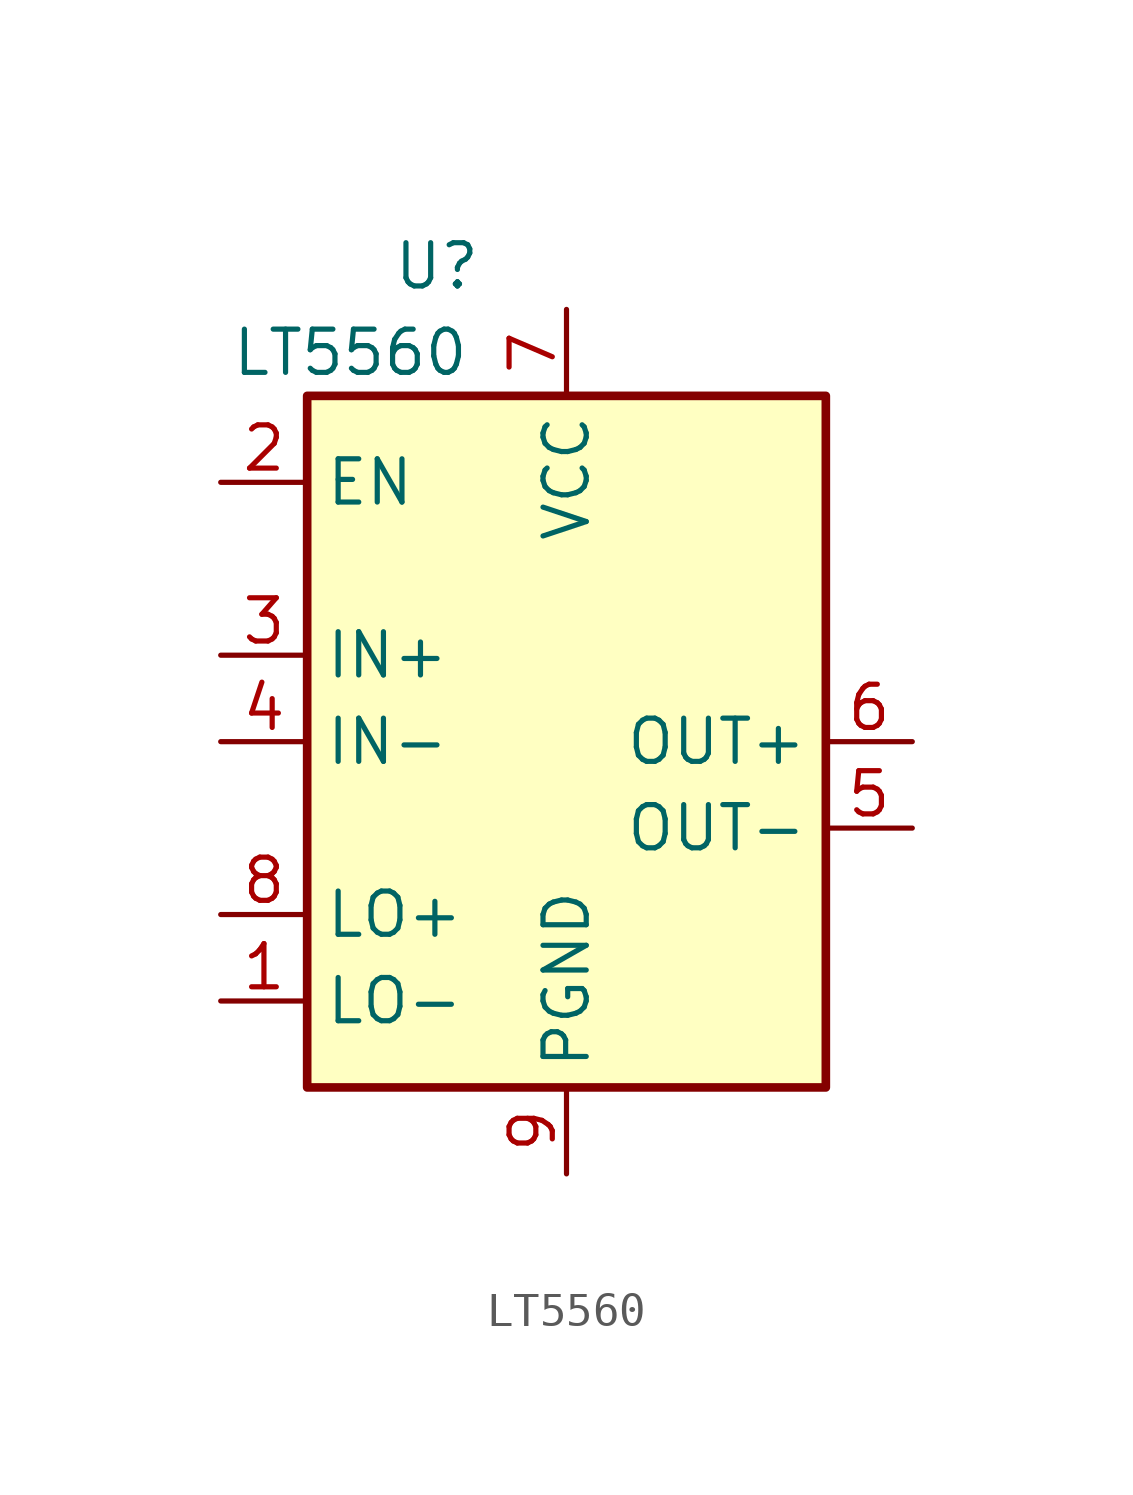
<source format=kicad_sym>
(kicad_symbol_lib
  (version 20231120)
  (generator "kicad_symbol_editor")
  (generator_version "8.0")
  (symbol "LT5560"
    (property "Reference" "U"
      (at -3.81 13.97 0)
      (effects (font (size 1.27 1.27))))
    (property "Value" "LT5560"
      (at -6.35 11.43 0)
      (effects (font (size 1.27 1.27))))
    (symbol "LT5560_0_1"
      (rectangle (start -7.62 10.16) (end 7.62 -10.16) (stroke (width 0.254) (type default)) (fill (type background))))
    (symbol "LT5560_1_1"
      (pin input line (at -10.16 -7.62 0) (length 2.54) (name "LO-" (effects (font (size 1.27 1.27)))) (number "1" (effects (font (size 1.27 1.27)))))
      (pin input line (at -10.16 7.62 0) (length 2.54) (name "EN" (effects (font (size 1.27 1.27)))) (number "2" (effects (font (size 1.27 1.27)))))
      (pin input line (at -10.16 2.54 0) (length 2.54) (name "IN+" (effects (font (size 1.27 1.27)))) (number "3" (effects (font (size 1.27 1.27)))))
      (pin input line (at -10.16 0 0) (length 2.54) (name "IN-" (effects (font (size 1.27 1.27)))) (number "4" (effects (font (size 1.27 1.27)))))
      (pin output line (at 10.16 -2.54 180) (length 2.54) (name "OUT-" (effects (font (size 1.27 1.27)))) (number "5" (effects (font (size 1.27 1.27)))))
      (pin output line (at 10.16 0 180) (length 2.54) (name "OUT+" (effects (font (size 1.27 1.27)))) (number "6" (effects (font (size 1.27 1.27)))))
      (pin power_in line (at 0 12.7 270) (length 2.54) (name "VCC" (effects (font (size 1.27 1.27)))) (number "7" (effects (font (size 1.27 1.27)))))
      (pin input line (at -10.16 -5.08 0) (length 2.54) (name "LO+" (effects (font (size 1.27 1.27)))) (number "8" (effects (font (size 1.27 1.27)))))
      (pin power_in line (at 0 -12.7 90) (length 2.54) (name "PGND" (effects (font (size 1.27 1.27)))) (number "9" (effects (font (size 1.27 1.27))))))))
</source>
